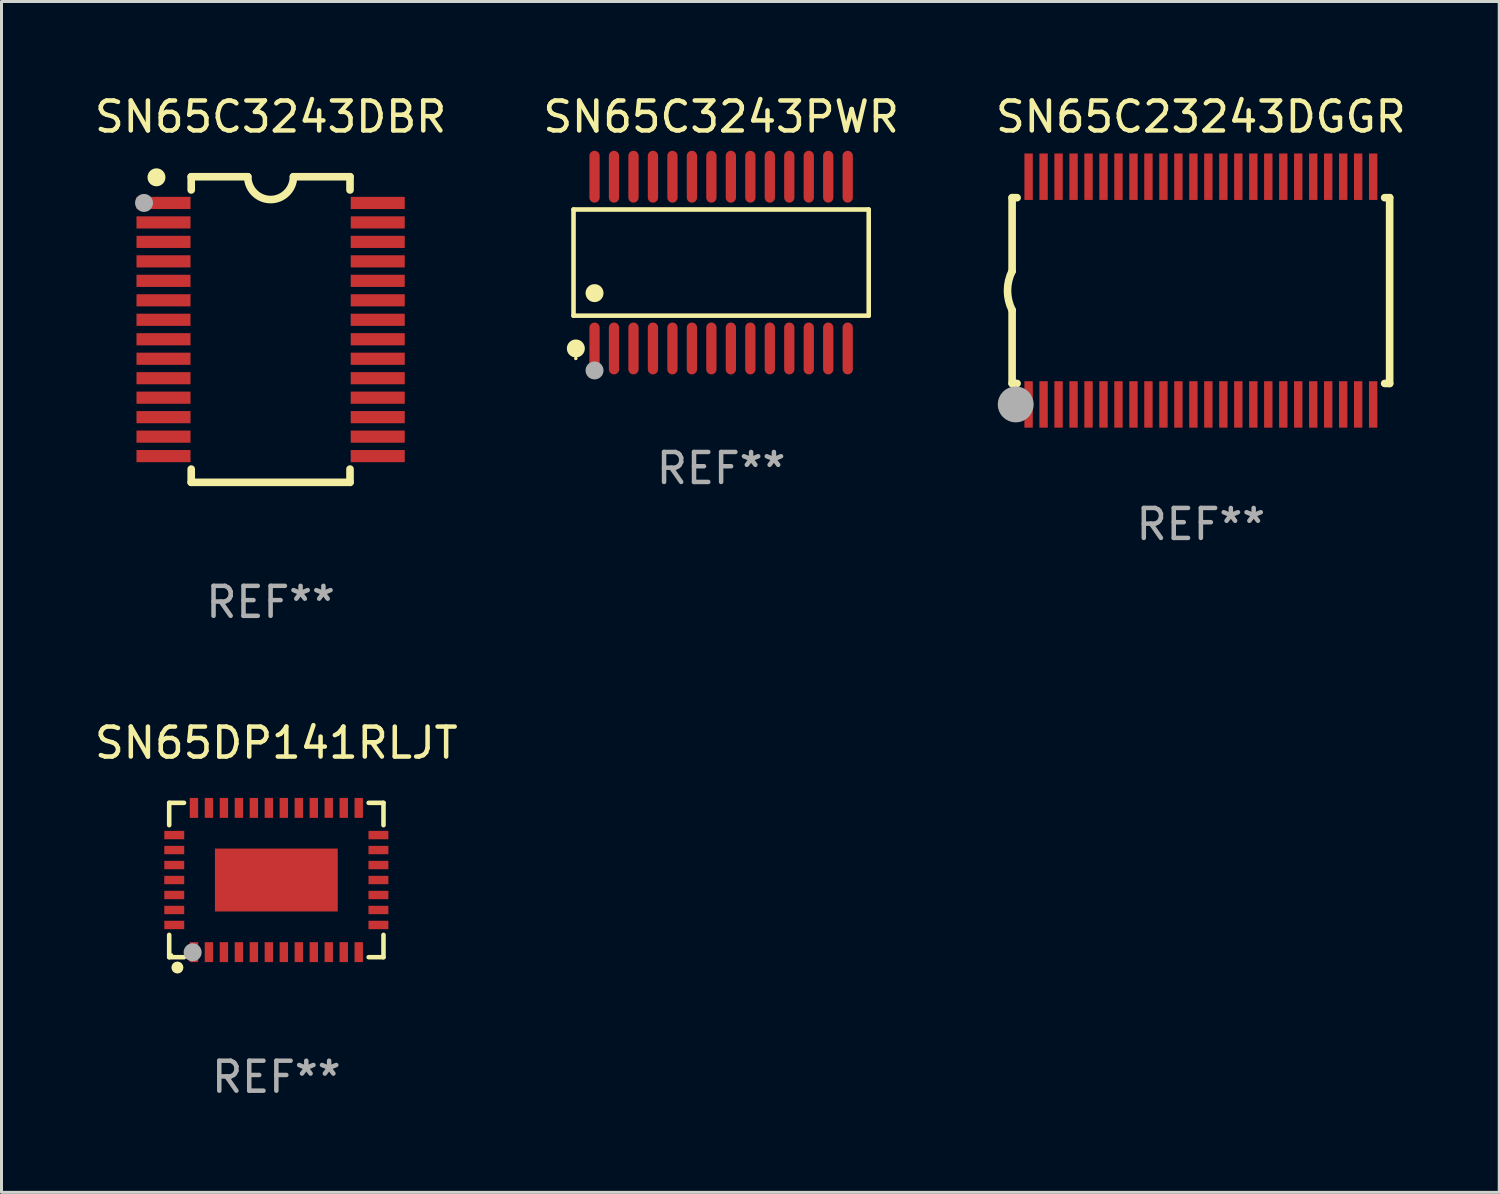
<source format=kicad_pcb>
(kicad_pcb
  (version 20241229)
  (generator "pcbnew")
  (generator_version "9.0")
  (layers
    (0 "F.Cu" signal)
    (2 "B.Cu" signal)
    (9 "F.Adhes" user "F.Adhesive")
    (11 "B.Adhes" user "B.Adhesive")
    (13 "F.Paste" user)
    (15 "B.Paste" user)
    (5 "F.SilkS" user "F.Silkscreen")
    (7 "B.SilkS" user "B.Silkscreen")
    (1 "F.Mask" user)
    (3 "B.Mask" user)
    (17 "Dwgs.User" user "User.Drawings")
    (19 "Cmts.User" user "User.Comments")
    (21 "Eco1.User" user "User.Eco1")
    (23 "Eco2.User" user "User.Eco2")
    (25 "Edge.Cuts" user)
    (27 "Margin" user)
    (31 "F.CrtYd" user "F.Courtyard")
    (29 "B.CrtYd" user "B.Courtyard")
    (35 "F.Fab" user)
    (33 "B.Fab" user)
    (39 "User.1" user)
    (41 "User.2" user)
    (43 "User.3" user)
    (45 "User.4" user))
  (footprint "SN65C3243DBR"
    (layer "F.Cu")
    (at 5.982 7.948)
    (property "Reference" "SN65C3243DBR" (at 0 -7.1 0) (layer "F.SilkS") (effects (font (size 1 1) (thickness 0.15))))
    (attr through_hole)
    (fp_line (start -2.65 -5.1) (end -0.762 -5.1) (stroke (width 0.254) (type solid)) (layer "F.SilkS"))
    (fp_line (start -2.65 -4.658) (end -2.65 -5.1) (stroke (width 0.254) (type solid)) (layer "F.SilkS"))
    (fp_line (start -2.65 5.1) (end -2.65 4.658) (stroke (width 0.254) (type solid)) (layer "F.SilkS"))
    (fp_line (start -2.65 5.1) (end 2.65 5.1) (stroke (width 0.254) (type solid)) (layer "F.SilkS"))
    (fp_line (start 2.65 -5.1) (end 0.762 -5.1) (stroke (width 0.254) (type solid)) (layer "F.SilkS"))
    (fp_line (start 2.65 -5.1) (end 2.65 -4.658) (stroke (width 0.254) (type solid)) (layer "F.SilkS"))
    (fp_line (start 2.65 4.658) (end 2.65 5.1) (stroke (width 0.254) (type solid)) (layer "F.SilkS"))
    (fp_arc (start 0.761925 -5.1) (mid -0.000241 -4.338329) (end -0.762077 -5.10033) (stroke (width 0.254001) (type solid)) (layer "F.SilkS"))
    (fp_circle (center -3.858 -5.07) (end -3.828 -5.07) (stroke (width 0.06) (type solid)) (fill no) (layer "F.SilkS"))
    (fp_circle (center -3.81 -5.08) (end -3.66 -5.08) (stroke (width 0.3) (type solid)) (fill no) (layer "F.SilkS"))
    (fp_circle (center -4.225 -4.225) (end -4.075 -4.225) (stroke (width 0.3) (type solid)) (fill no) (layer "F.Fab"))
    (fp_text user "REF**" (at 0 9.1 0) (layer "F.Fab") (effects (font (size 1 1) (thickness 0.15))))
    (pad "1" smd rect (at -3.575 -4.225) (size 1.803 0.406) (layers "F.Cu" "F.Mask" "F.Paste"))
    (pad "2" smd rect (at -3.575 -3.575) (size 1.803 0.406) (layers "F.Cu" "F.Mask" "F.Paste"))
    (pad "3" smd rect (at -3.575 -2.925) (size 1.803 0.406) (layers "F.Cu" "F.Mask" "F.Paste"))
    (pad "4" smd rect (at -3.575 -2.275) (size 1.803 0.406) (layers "F.Cu" "F.Mask" "F.Paste"))
    (pad "5" smd rect (at -3.575 -1.625) (size 1.803 0.406) (layers "F.Cu" "F.Mask" "F.Paste"))
    (pad "6" smd rect (at -3.575 -0.975) (size 1.803 0.406) (layers "F.Cu" "F.Mask" "F.Paste"))
    (pad "7" smd rect (at -3.575 -0.325) (size 1.803 0.406) (layers "F.Cu" "F.Mask" "F.Paste"))
    (pad "8" smd rect (at -3.575 0.325) (size 1.803 0.406) (layers "F.Cu" "F.Mask" "F.Paste"))
    (pad "9" smd rect (at -3.575 0.975) (size 1.803 0.406) (layers "F.Cu" "F.Mask" "F.Paste"))
    (pad "10" smd rect (at -3.575 1.625) (size 1.803 0.406) (layers "F.Cu" "F.Mask" "F.Paste"))
    (pad "11" smd rect (at -3.575 2.275) (size 1.803 0.406) (layers "F.Cu" "F.Mask" "F.Paste"))
    (pad "12" smd rect (at -3.575 2.925) (size 1.803 0.406) (layers "F.Cu" "F.Mask" "F.Paste"))
    (pad "13" smd rect (at -3.575 3.575) (size 1.803 0.406) (layers "F.Cu" "F.Mask" "F.Paste"))
    (pad "14" smd rect (at -3.575 4.225) (size 1.803 0.406) (layers "F.Cu" "F.Mask" "F.Paste"))
    (pad "15" smd rect (at 3.575 4.225) (size 1.803 0.406) (layers "F.Cu" "F.Mask" "F.Paste"))
    (pad "16" smd rect (at 3.575 3.575) (size 1.803 0.406) (layers "F.Cu" "F.Mask" "F.Paste"))
    (pad "17" smd rect (at 3.575 2.925) (size 1.803 0.406) (layers "F.Cu" "F.Mask" "F.Paste"))
    (pad "18" smd rect (at 3.575 2.275) (size 1.803 0.406) (layers "F.Cu" "F.Mask" "F.Paste"))
    (pad "19" smd rect (at 3.575 1.625) (size 1.803 0.406) (layers "F.Cu" "F.Mask" "F.Paste"))
    (pad "20" smd rect (at 3.575 0.975) (size 1.803 0.406) (layers "F.Cu" "F.Mask" "F.Paste"))
    (pad "21" smd rect (at 3.575 0.325) (size 1.803 0.406) (layers "F.Cu" "F.Mask" "F.Paste"))
    (pad "22" smd rect (at 3.575 -0.325) (size 1.803 0.406) (layers "F.Cu" "F.Mask" "F.Paste"))
    (pad "23" smd rect (at 3.575 -0.975) (size 1.803 0.406) (layers "F.Cu" "F.Mask" "F.Paste"))
    (pad "24" smd rect (at 3.575 -1.625) (size 1.803 0.406) (layers "F.Cu" "F.Mask" "F.Paste"))
    (pad "25" smd rect (at 3.575 -2.275) (size 1.803 0.406) (layers "F.Cu" "F.Mask" "F.Paste"))
    (pad "26" smd rect (at 3.575 -2.925) (size 1.803 0.406) (layers "F.Cu" "F.Mask" "F.Paste"))
    (pad "27" smd rect (at 3.575 -3.575) (size 1.803 0.406) (layers "F.Cu" "F.Mask" "F.Paste"))
    (pad "28" smd rect (at 3.575 -4.225) (size 1.803 0.406) (layers "F.Cu" "F.Mask" "F.Paste")))
  (footprint "SN65C3243PWR"
    (layer "F.Cu")
    (at 21.018 5.714)
    (property "Reference" "SN65C3243PWR" (at 0 -4.866 0) (layer "F.SilkS") (effects (font (size 1 1) (thickness 0.15))))
    (attr through_hole)
    (fp_line (start -4.926 -1.772) (end 4.926 -1.772) (stroke (width 0.152) (type solid)) (layer "F.SilkS"))
    (fp_line (start -4.926 1.771) (end -4.926 -1.772) (stroke (width 0.152) (type solid)) (layer "F.SilkS"))
    (fp_line (start 4.926 -1.772) (end 4.926 1.771) (stroke (width 0.152) (type solid)) (layer "F.SilkS"))
    (fp_line (start 4.926 1.771) (end -4.926 1.771) (stroke (width 0.152) (type solid)) (layer "F.SilkS"))
    (fp_circle (center -4.85 3.2) (end -4.82 3.2) (stroke (width 0.06) (type solid)) (fill no) (layer "F.SilkS"))
    (fp_circle (center -4.849 2.866) (end -4.699 2.866) (stroke (width 0.3) (type solid)) (fill no) (layer "F.SilkS"))
    (fp_circle (center -4.225 1.019) (end -4.075 1.019) (stroke (width 0.3) (type solid)) (fill no) (layer "F.SilkS"))
    (fp_circle (center -4.225 3.6) (end -4.075 3.6) (stroke (width 0.3) (type solid)) (fill no) (layer "F.Fab"))
    (fp_text user "REF**" (at 0 6.866 0) (layer "F.Fab") (effects (font (size 1 1) (thickness 0.15))))
    (pad "1" smd oval (at -4.225 2.866) (size 0.343 1.731) (layers "F.Cu" "F.Mask" "F.Paste"))
    (pad "2" smd oval (at -3.575 2.866) (size 0.343 1.731) (layers "F.Cu" "F.Mask" "F.Paste"))
    (pad "3" smd oval (at -2.925 2.866) (size 0.343 1.731) (layers "F.Cu" "F.Mask" "F.Paste"))
    (pad "4" smd oval (at -2.275 2.866) (size 0.343 1.731) (layers "F.Cu" "F.Mask" "F.Paste"))
    (pad "5" smd oval (at -1.625 2.866) (size 0.343 1.731) (layers "F.Cu" "F.Mask" "F.Paste"))
    (pad "6" smd oval (at -0.975 2.866) (size 0.343 1.731) (layers "F.Cu" "F.Mask" "F.Paste"))
    (pad "7" smd oval (at -0.325 2.866) (size 0.343 1.731) (layers "F.Cu" "F.Mask" "F.Paste"))
    (pad "8" smd oval (at 0.325 2.866) (size 0.343 1.731) (layers "F.Cu" "F.Mask" "F.Paste"))
    (pad "9" smd oval (at 0.975 2.866) (size 0.343 1.731) (layers "F.Cu" "F.Mask" "F.Paste"))
    (pad "10" smd oval (at 1.625 2.866) (size 0.343 1.731) (layers "F.Cu" "F.Mask" "F.Paste"))
    (pad "11" smd oval (at 2.275 2.866) (size 0.343 1.731) (layers "F.Cu" "F.Mask" "F.Paste"))
    (pad "12" smd oval (at 2.925 2.866) (size 0.343 1.731) (layers "F.Cu" "F.Mask" "F.Paste"))
    (pad "13" smd oval (at 3.575 2.866) (size 0.343 1.731) (layers "F.Cu" "F.Mask" "F.Paste"))
    (pad "14" smd oval (at 4.225 2.866) (size 0.343 1.731) (layers "F.Cu" "F.Mask" "F.Paste"))
    (pad "15" smd oval (at 4.225 -2.866) (size 0.343 1.731) (layers "F.Cu" "F.Mask" "F.Paste"))
    (pad "16" smd oval (at 3.575 -2.866) (size 0.343 1.731) (layers "F.Cu" "F.Mask" "F.Paste"))
    (pad "17" smd oval (at 2.925 -2.866) (size 0.343 1.731) (layers "F.Cu" "F.Mask" "F.Paste"))
    (pad "18" smd oval (at 2.275 -2.866) (size 0.343 1.731) (layers "F.Cu" "F.Mask" "F.Paste"))
    (pad "19" smd oval (at 1.625 -2.866) (size 0.343 1.731) (layers "F.Cu" "F.Mask" "F.Paste"))
    (pad "20" smd oval (at 0.975 -2.866) (size 0.343 1.731) (layers "F.Cu" "F.Mask" "F.Paste"))
    (pad "21" smd oval (at 0.325 -2.866) (size 0.343 1.731) (layers "F.Cu" "F.Mask" "F.Paste"))
    (pad "22" smd oval (at -0.325 -2.866) (size 0.343 1.731) (layers "F.Cu" "F.Mask" "F.Paste"))
    (pad "23" smd oval (at -0.975 -2.866) (size 0.343 1.731) (layers "F.Cu" "F.Mask" "F.Paste"))
    (pad "24" smd oval (at -1.625 -2.866) (size 0.343 1.731) (layers "F.Cu" "F.Mask" "F.Paste"))
    (pad "25" smd oval (at -2.275 -2.866) (size 0.343 1.731) (layers "F.Cu" "F.Mask" "F.Paste"))
    (pad "26" smd oval (at -2.925 -2.866) (size 0.343 1.731) (layers "F.Cu" "F.Mask" "F.Paste"))
    (pad "27" smd oval (at -3.575 -2.866) (size 0.343 1.731) (layers "F.Cu" "F.Mask" "F.Paste"))
    (pad "28" smd oval (at -4.225 -2.866) (size 0.343 1.731) (layers "F.Cu" "F.Mask" "F.Paste")))
  (footprint "SN65DP141RLJT"
    (layer "F.Cu")
    (at 6.173 26.321)
    (property "Reference" "SN65DP141RLJT" (at 0 -4.576 0) (layer "F.SilkS") (effects (font (size 1 1) (thickness 0.15))))
    (attr through_hole)
    (fp_line (start -3.576 -2.576) (end -3.081 -2.576) (stroke (width 0.152) (type solid)) (layer "F.SilkS"))
    (fp_line (start -3.576 -1.831) (end -3.576 -2.576) (stroke (width 0.152) (type solid)) (layer "F.SilkS"))
    (fp_line (start -3.576 1.831) (end -3.576 2.576) (stroke (width 0.152) (type solid)) (layer "F.SilkS"))
    (fp_line (start -3.576 2.576) (end -3.081 2.576) (stroke (width 0.152) (type solid)) (layer "F.SilkS"))
    (fp_line (start 3.576 -2.576) (end 3.081 -2.576) (stroke (width 0.152) (type solid)) (layer "F.SilkS"))
    (fp_line (start 3.576 -1.831) (end 3.576 -2.576) (stroke (width 0.152) (type solid)) (layer "F.SilkS"))
    (fp_line (start 3.576 1.831) (end 3.576 2.576) (stroke (width 0.152) (type solid)) (layer "F.SilkS"))
    (fp_line (start 3.576 2.576) (end 3.081 2.576) (stroke (width 0.152) (type solid)) (layer "F.SilkS"))
    (fp_circle (center -3.5 2.5) (end -3.47 2.5) (stroke (width 0.06) (type solid)) (fill no) (layer "F.SilkS"))
    (fp_circle (center -3.302 2.921) (end -3.202 2.921) (stroke (width 0.2) (type solid)) (fill no) (layer "F.SilkS"))
    (fp_circle (center -2.794 2.413) (end -2.644 2.413) (stroke (width 0.3) (type solid)) (fill no) (layer "F.Fab"))
    (fp_text user "REF**" (at 0 6.576 0) (layer "F.Fab") (effects (font (size 1 1) (thickness 0.15))))
    (pad "1" smd rect (at -2.75 2.407) (size 0.28 0.665) (layers "F.Cu" "F.Mask" "F.Paste"))
    (pad "2" smd rect (at -2.25 2.407) (size 0.28 0.665) (layers "F.Cu" "F.Mask" "F.Paste"))
    (pad "3" smd rect (at -1.75 2.407) (size 0.28 0.665) (layers "F.Cu" "F.Mask" "F.Paste"))
    (pad "4" smd rect (at -1.25 2.407) (size 0.28 0.665) (layers "F.Cu" "F.Mask" "F.Paste"))
    (pad "5" smd rect (at -0.75 2.407) (size 0.28 0.665) (layers "F.Cu" "F.Mask" "F.Paste"))
    (pad "6" smd rect (at -0.25 2.407) (size 0.28 0.665) (layers "F.Cu" "F.Mask" "F.Paste"))
    (pad "7" smd rect (at 0.25 2.407) (size 0.28 0.665) (layers "F.Cu" "F.Mask" "F.Paste"))
    (pad "8" smd rect (at 0.75 2.407) (size 0.28 0.665) (layers "F.Cu" "F.Mask" "F.Paste"))
    (pad "9" smd rect (at 1.25 2.407) (size 0.28 0.665) (layers "F.Cu" "F.Mask" "F.Paste"))
    (pad "10" smd rect (at 1.75 2.407) (size 0.28 0.665) (layers "F.Cu" "F.Mask" "F.Paste"))
    (pad "11" smd rect (at 2.25 2.407) (size 0.28 0.665) (layers "F.Cu" "F.Mask" "F.Paste"))
    (pad "12" smd rect (at 2.75 2.407) (size 0.28 0.665) (layers "F.Cu" "F.Mask" "F.Paste"))
    (pad "13" smd rect (at 3.407 1.5) (size 0.665 0.28) (layers "F.Cu" "F.Mask" "F.Paste"))
    (pad "14" smd rect (at 3.407 1) (size 0.665 0.28) (layers "F.Cu" "F.Mask" "F.Paste"))
    (pad "15" smd rect (at 3.407 0.5) (size 0.665 0.28) (layers "F.Cu" "F.Mask" "F.Paste"))
    (pad "16" smd rect (at 3.407 0) (size 0.665 0.28) (layers "F.Cu" "F.Mask" "F.Paste"))
    (pad "17" smd rect (at 3.407 -0.5) (size 0.665 0.28) (layers "F.Cu" "F.Mask" "F.Paste"))
    (pad "18" smd rect (at 3.407 -1) (size 0.665 0.28) (layers "F.Cu" "F.Mask" "F.Paste"))
    (pad "19" smd rect (at 3.407 -1.5) (size 0.665 0.28) (layers "F.Cu" "F.Mask" "F.Paste"))
    (pad "20" smd rect (at 2.75 -2.407) (size 0.28 0.665) (layers "F.Cu" "F.Mask" "F.Paste"))
    (pad "21" smd rect (at 2.25 -2.407) (size 0.28 0.665) (layers "F.Cu" "F.Mask" "F.Paste"))
    (pad "22" smd rect (at 1.75 -2.407) (size 0.28 0.665) (layers "F.Cu" "F.Mask" "F.Paste"))
    (pad "23" smd rect (at 1.25 -2.407) (size 0.28 0.665) (layers "F.Cu" "F.Mask" "F.Paste"))
    (pad "24" smd rect (at 0.75 -2.407) (size 0.28 0.665) (layers "F.Cu" "F.Mask" "F.Paste"))
    (pad "25" smd rect (at 0.25 -2.407) (size 0.28 0.665) (layers "F.Cu" "F.Mask" "F.Paste"))
    (pad "26" smd rect (at -0.25 -2.407) (size 0.28 0.665) (layers "F.Cu" "F.Mask" "F.Paste"))
    (pad "27" smd rect (at -0.75 -2.407) (size 0.28 0.665) (layers "F.Cu" "F.Mask" "F.Paste"))
    (pad "28" smd rect (at -1.25 -2.407) (size 0.28 0.665) (layers "F.Cu" "F.Mask" "F.Paste"))
    (pad "29" smd rect (at -1.75 -2.407) (size 0.28 0.665) (layers "F.Cu" "F.Mask" "F.Paste"))
    (pad "30" smd rect (at -2.25 -2.407) (size 0.28 0.665) (layers "F.Cu" "F.Mask" "F.Paste"))
    (pad "31" smd rect (at -2.75 -2.407) (size 0.28 0.665) (layers "F.Cu" "F.Mask" "F.Paste"))
    (pad "32" smd rect (at -3.407 -1.5) (size 0.665 0.28) (layers "F.Cu" "F.Mask" "F.Paste"))
    (pad "33" smd rect (at -3.407 -1) (size 0.665 0.28) (layers "F.Cu" "F.Mask" "F.Paste"))
    (pad "34" smd rect (at -3.407 -0.5) (size 0.665 0.28) (layers "F.Cu" "F.Mask" "F.Paste"))
    (pad "35" smd rect (at -3.407 0) (size 0.665 0.28) (layers "F.Cu" "F.Mask" "F.Paste"))
    (pad "36" smd rect (at -3.407 0.5) (size 0.665 0.28) (layers "F.Cu" "F.Mask" "F.Paste"))
    (pad "37" smd rect (at -3.407 1) (size 0.665 0.28) (layers "F.Cu" "F.Mask" "F.Paste"))
    (pad "38" smd rect (at -3.407 1.5) (size 0.665 0.28) (layers "F.Cu" "F.Mask" "F.Paste"))
    (pad "39" smd rect (at 0 0) (size 4.1 2.1) (layers "F.Cu" "F.Mask" "F.Paste")))
  (footprint "SN65C23243DGGR"
    (layer "F.Cu")
    (at 37.03 6.648)
    (property "Reference" "SN65C23243DGGR" (at 0 -5.8 0) (layer "F.SilkS") (effects (font (size 1 1) (thickness 0.15))))
    (attr through_hole)
    (fp_line (start -6.3 -3.1) (end -6.3 -0.65) (stroke (width 0.254) (type solid)) (layer "F.SilkS"))
    (fp_line (start -6.3 -3.1) (end -6.134 -3.1) (stroke (width 0.254) (type solid)) (layer "F.SilkS"))
    (fp_line (start -6.3 3.1) (end -6.3 0.65) (stroke (width 0.254) (type solid)) (layer "F.SilkS"))
    (fp_line (start -6.3 3.1) (end -6.134 3.1) (stroke (width 0.254) (type solid)) (layer "F.SilkS"))
    (fp_line (start 6.134 -3.1) (end 6.3 -3.1) (stroke (width 0.254) (type solid)) (layer "F.SilkS"))
    (fp_line (start 6.134 3.1) (end 6.3 3.1) (stroke (width 0.254) (type solid)) (layer "F.SilkS"))
    (fp_line (start 6.3 -3.1) (end 6.3 3.1) (stroke (width 0.254) (type solid)) (layer "F.SilkS"))
    (fp_arc (start -6.301016 0.650114) (mid -6.45413 -0.000082) (end -6.3 -0.650038) (stroke (width 0.254001) (type solid)) (layer "F.SilkS"))
    (fp_circle (center -6.35 3.81) (end -6.223 3.81) (stroke (width 0.254) (type solid)) (fill no) (layer "F.SilkS"))
    (fp_circle (center -6.25 4.05) (end -6.22 4.05) (stroke (width 0.06) (type solid)) (fill no) (layer "F.SilkS"))
    (fp_circle (center -6.18 3.8) (end -5.88 3.8) (stroke (width 0.6) (type solid)) (fill no) (layer "F.Fab"))
    (fp_text user "REF**" (at 0 7.8 0) (layer "F.Fab") (effects (font (size 1 1) (thickness 0.15))))
    (pad "1" smd rect (at -5.75 3.8) (size 0.28 1.55) (layers "F.Cu" "F.Mask" "F.Paste"))
    (pad "2" smd rect (at -5.25 3.8) (size 0.28 1.55) (layers "F.Cu" "F.Mask" "F.Paste"))
    (pad "3" smd rect (at -4.75 3.8) (size 0.28 1.55) (layers "F.Cu" "F.Mask" "F.Paste"))
    (pad "4" smd rect (at -4.25 3.8) (size 0.28 1.55) (layers "F.Cu" "F.Mask" "F.Paste"))
    (pad "5" smd rect (at -3.75 3.8) (size 0.28 1.55) (layers "F.Cu" "F.Mask" "F.Paste"))
    (pad "6" smd rect (at -3.25 3.8) (size 0.28 1.55) (layers "F.Cu" "F.Mask" "F.Paste"))
    (pad "7" smd rect (at -2.75 3.8) (size 0.28 1.55) (layers "F.Cu" "F.Mask" "F.Paste"))
    (pad "8" smd rect (at -2.25 3.8) (size 0.28 1.55) (layers "F.Cu" "F.Mask" "F.Paste"))
    (pad "9" smd rect (at -1.75 3.8) (size 0.28 1.55) (layers "F.Cu" "F.Mask" "F.Paste"))
    (pad "10" smd rect (at -1.25 3.8) (size 0.28 1.55) (layers "F.Cu" "F.Mask" "F.Paste"))
    (pad "11" smd rect (at -0.75 3.8) (size 0.28 1.55) (layers "F.Cu" "F.Mask" "F.Paste"))
    (pad "12" smd rect (at -0.25 3.8) (size 0.28 1.55) (layers "F.Cu" "F.Mask" "F.Paste"))
    (pad "13" smd rect (at 0.25 3.8) (size 0.28 1.55) (layers "F.Cu" "F.Mask" "F.Paste"))
    (pad "14" smd rect (at 0.75 3.8) (size 0.28 1.55) (layers "F.Cu" "F.Mask" "F.Paste"))
    (pad "15" smd rect (at 1.25 3.8) (size 0.28 1.55) (layers "F.Cu" "F.Mask" "F.Paste"))
    (pad "16" smd rect (at 1.75 3.8) (size 0.28 1.55) (layers "F.Cu" "F.Mask" "F.Paste"))
    (pad "17" smd rect (at 2.25 3.8) (size 0.28 1.55) (layers "F.Cu" "F.Mask" "F.Paste"))
    (pad "18" smd rect (at 2.75 3.8) (size 0.28 1.55) (layers "F.Cu" "F.Mask" "F.Paste"))
    (pad "19" smd rect (at 3.25 3.8) (size 0.28 1.55) (layers "F.Cu" "F.Mask" "F.Paste"))
    (pad "20" smd rect (at 3.75 3.8) (size 0.28 1.55) (layers "F.Cu" "F.Mask" "F.Paste"))
    (pad "21" smd rect (at 4.25 3.8) (size 0.28 1.55) (layers "F.Cu" "F.Mask" "F.Paste"))
    (pad "22" smd rect (at 4.75 3.8) (size 0.28 1.55) (layers "F.Cu" "F.Mask" "F.Paste"))
    (pad "23" smd rect (at 5.25 3.8) (size 0.28 1.55) (layers "F.Cu" "F.Mask" "F.Paste"))
    (pad "24" smd rect (at 5.75 3.8) (size 0.28 1.55) (layers "F.Cu" "F.Mask" "F.Paste"))
    (pad "25" smd rect (at 5.75 -3.8) (size 0.28 1.55) (layers "F.Cu" "F.Mask" "F.Paste"))
    (pad "26" smd rect (at 5.25 -3.8) (size 0.28 1.55) (layers "F.Cu" "F.Mask" "F.Paste"))
    (pad "27" smd rect (at 4.75 -3.8) (size 0.28 1.55) (layers "F.Cu" "F.Mask" "F.Paste"))
    (pad "28" smd rect (at 4.25 -3.8) (size 0.28 1.55) (layers "F.Cu" "F.Mask" "F.Paste"))
    (pad "29" smd rect (at 3.75 -3.8) (size 0.28 1.55) (layers "F.Cu" "F.Mask" "F.Paste"))
    (pad "30" smd rect (at 3.25 -3.8) (size 0.28 1.55) (layers "F.Cu" "F.Mask" "F.Paste"))
    (pad "31" smd rect (at 2.75 -3.8) (size 0.28 1.55) (layers "F.Cu" "F.Mask" "F.Paste"))
    (pad "32" smd rect (at 2.25 -3.8) (size 0.28 1.55) (layers "F.Cu" "F.Mask" "F.Paste"))
    (pad "33" smd rect (at 1.75 -3.8) (size 0.28 1.55) (layers "F.Cu" "F.Mask" "F.Paste"))
    (pad "34" smd rect (at 1.25 -3.8) (size 0.28 1.55) (layers "F.Cu" "F.Mask" "F.Paste"))
    (pad "35" smd rect (at 0.75 -3.8) (size 0.28 1.55) (layers "F.Cu" "F.Mask" "F.Paste"))
    (pad "36" smd rect (at 0.25 -3.8) (size 0.28 1.55) (layers "F.Cu" "F.Mask" "F.Paste"))
    (pad "37" smd rect (at -0.25 -3.8) (size 0.28 1.55) (layers "F.Cu" "F.Mask" "F.Paste"))
    (pad "38" smd rect (at -0.75 -3.8) (size 0.28 1.55) (layers "F.Cu" "F.Mask" "F.Paste"))
    (pad "39" smd rect (at -1.25 -3.8) (size 0.28 1.55) (layers "F.Cu" "F.Mask" "F.Paste"))
    (pad "40" smd rect (at -1.75 -3.8) (size 0.28 1.55) (layers "F.Cu" "F.Mask" "F.Paste"))
    (pad "41" smd rect (at -2.25 -3.8) (size 0.28 1.55) (layers "F.Cu" "F.Mask" "F.Paste"))
    (pad "42" smd rect (at -2.75 -3.8) (size 0.28 1.55) (layers "F.Cu" "F.Mask" "F.Paste"))
    (pad "43" smd rect (at -3.25 -3.8) (size 0.28 1.55) (layers "F.Cu" "F.Mask" "F.Paste"))
    (pad "44" smd rect (at -3.75 -3.8) (size 0.28 1.55) (layers "F.Cu" "F.Mask" "F.Paste"))
    (pad "45" smd rect (at -4.25 -3.8) (size 0.28 1.55) (layers "F.Cu" "F.Mask" "F.Paste"))
    (pad "46" smd rect (at -4.75 -3.8) (size 0.28 1.55) (layers "F.Cu" "F.Mask" "F.Paste"))
    (pad "47" smd rect (at -5.25 -3.8) (size 0.28 1.55) (layers "F.Cu" "F.Mask" "F.Paste"))
    (pad "48" smd rect (at -5.75 -3.8) (size 0.28 1.55) (layers "F.Cu" "F.Mask" "F.Paste")))
  (gr_rect
    (start -3 -3)
    (end 46.988 36.745)
    (stroke (width 0.1) (type default))
    (fill no)
    (layer "Edge.Cuts")))
</source>
